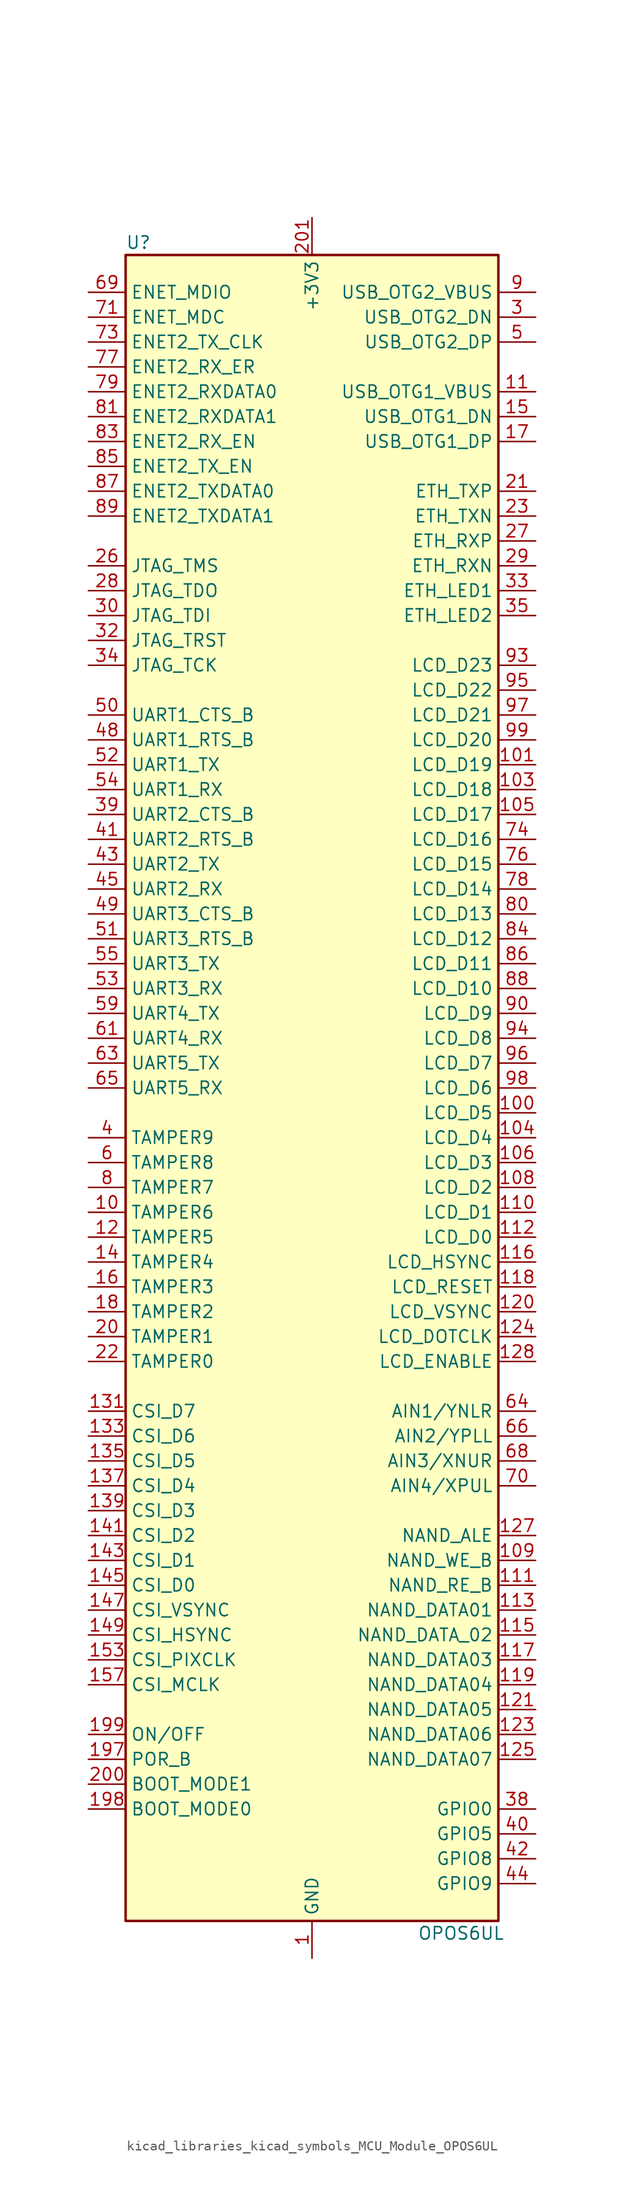
<source format=kicad_sym>
(kicad_symbol_lib
  (version 20220914)
  (generator kicad_symbol_editor)
  (symbol "kicad_libraries_kicad_symbols_MCU_Module_OPOS6UL"
    (property "Reference" "U"
      (at -19.05 86.36 0)
      (effects (font (size 1.27 1.27)) (justify left)))
    (property "Value" "OPOS6UL"
      (at 15.24 -86.36 0)
      (effects (font (size 1.27 1.27))))
    (symbol "kicad_libraries_kicad_symbols_MCU_Module_OPOS6UL_1_1"
      (rectangle (start -19.05 85.09) (end 19.05 -85.09) (stroke (width 0.254) (type default)) (fill (type background)))
      (pin power_in line (at 0 -88.9 90) (length 3.81) (name "GND" (effects (font (size 1.27 1.27)))) (number "1" (effects (font (size 1.27 1.27)))))
      (pin bidirectional line (at -22.86 -12.7 0) (length 3.81) (name "TAMPER6" (effects (font (size 1.27 1.27)))) (number "10" (effects (font (size 1.27 1.27)))))
      (pin bidirectional line (at 22.86 -2.54 180) (length 3.81) (name "LCD_D5" (effects (font (size 1.27 1.27)))) (number "100" (effects (font (size 1.27 1.27)))))
      (pin bidirectional line (at 22.86 33.02 180) (length 3.81) (name "LCD_D19" (effects (font (size 1.27 1.27)))) (number "101" (effects (font (size 1.27 1.27)))))
      (pin passive line (at 0 -88.9 90) (length 3.81) hide (name "GND" (effects (font (size 1.27 1.27)))) (number "102" (effects (font (size 1.27 1.27)))))
      (pin bidirectional line (at 22.86 30.48 180) (length 3.81) (name "LCD_D18" (effects (font (size 1.27 1.27)))) (number "103" (effects (font (size 1.27 1.27)))))
      (pin bidirectional line (at 22.86 -5.08 180) (length 3.81) (name "LCD_D4" (effects (font (size 1.27 1.27)))) (number "104" (effects (font (size 1.27 1.27)))))
      (pin bidirectional line (at 22.86 27.94 180) (length 3.81) (name "LCD_D17" (effects (font (size 1.27 1.27)))) (number "105" (effects (font (size 1.27 1.27)))))
      (pin bidirectional line (at 22.86 -7.62 180) (length 3.81) (name "LCD_D3" (effects (font (size 1.27 1.27)))) (number "106" (effects (font (size 1.27 1.27)))))
      (pin passive line (at 0 -88.9 90) (length 3.81) hide (name "GND" (effects (font (size 1.27 1.27)))) (number "107" (effects (font (size 1.27 1.27)))))
      (pin bidirectional line (at 22.86 -10.16 180) (length 3.81) (name "LCD_D2" (effects (font (size 1.27 1.27)))) (number "108" (effects (font (size 1.27 1.27)))))
      (pin bidirectional line (at 22.86 -48.26 180) (length 3.81) (name "NAND_WE_B" (effects (font (size 1.27 1.27)))) (number "109" (effects (font (size 1.27 1.27)))))
      (pin power_in line (at 22.86 71.12 180) (length 3.81) (name "USB_OTG1_VBUS" (effects (font (size 1.27 1.27)))) (number "11" (effects (font (size 1.27 1.27)))))
      (pin bidirectional line (at 22.86 -12.7 180) (length 3.81) (name "LCD_D1" (effects (font (size 1.27 1.27)))) (number "110" (effects (font (size 1.27 1.27)))))
      (pin bidirectional line (at 22.86 -50.8 180) (length 3.81) (name "NAND_RE_B" (effects (font (size 1.27 1.27)))) (number "111" (effects (font (size 1.27 1.27)))))
      (pin bidirectional line (at 22.86 -15.24 180) (length 3.81) (name "LCD_D0" (effects (font (size 1.27 1.27)))) (number "112" (effects (font (size 1.27 1.27)))))
      (pin bidirectional line (at 22.86 -53.34 180) (length 3.81) (name "NAND_DATA01" (effects (font (size 1.27 1.27)))) (number "113" (effects (font (size 1.27 1.27)))))
      (pin passive line (at 0 -88.9 90) (length 3.81) hide (name "GND" (effects (font (size 1.27 1.27)))) (number "114" (effects (font (size 1.27 1.27)))))
      (pin bidirectional line (at 22.86 -55.88 180) (length 3.81) (name "NAND_DATA_02" (effects (font (size 1.27 1.27)))) (number "115" (effects (font (size 1.27 1.27)))))
      (pin bidirectional line (at 22.86 -17.78 180) (length 3.81) (name "LCD_HSYNC" (effects (font (size 1.27 1.27)))) (number "116" (effects (font (size 1.27 1.27)))))
      (pin bidirectional line (at 22.86 -58.42 180) (length 3.81) (name "NAND_DATA03" (effects (font (size 1.27 1.27)))) (number "117" (effects (font (size 1.27 1.27)))))
      (pin bidirectional line (at 22.86 -20.32 180) (length 3.81) (name "LCD_RESET" (effects (font (size 1.27 1.27)))) (number "118" (effects (font (size 1.27 1.27)))))
      (pin bidirectional line (at 22.86 -60.96 180) (length 3.81) (name "NAND_DATA04" (effects (font (size 1.27 1.27)))) (number "119" (effects (font (size 1.27 1.27)))))
      (pin bidirectional line (at -22.86 -15.24 0) (length 3.81) (name "TAMPER5" (effects (font (size 1.27 1.27)))) (number "12" (effects (font (size 1.27 1.27)))))
      (pin bidirectional line (at 22.86 -22.86 180) (length 3.81) (name "LCD_VSYNC" (effects (font (size 1.27 1.27)))) (number "120" (effects (font (size 1.27 1.27)))))
      (pin bidirectional line (at 22.86 -63.5 180) (length 3.81) (name "NAND_DATA05" (effects (font (size 1.27 1.27)))) (number "121" (effects (font (size 1.27 1.27)))))
      (pin passive line (at 0 -88.9 90) (length 3.81) hide (name "GND" (effects (font (size 1.27 1.27)))) (number "122" (effects (font (size 1.27 1.27)))))
      (pin bidirectional line (at 22.86 -66.04 180) (length 3.81) (name "NAND_DATA06" (effects (font (size 1.27 1.27)))) (number "123" (effects (font (size 1.27 1.27)))))
      (pin bidirectional line (at 22.86 -25.4 180) (length 3.81) (name "LCD_DOTCLK" (effects (font (size 1.27 1.27)))) (number "124" (effects (font (size 1.27 1.27)))))
      (pin bidirectional line (at 22.86 -68.58 180) (length 3.81) (name "NAND_DATA07" (effects (font (size 1.27 1.27)))) (number "125" (effects (font (size 1.27 1.27)))))
      (pin passive line (at 0 -88.9 90) (length 3.81) hide (name "GND" (effects (font (size 1.27 1.27)))) (number "126" (effects (font (size 1.27 1.27)))))
      (pin bidirectional line (at 22.86 -45.72 180) (length 3.81) (name "NAND_ALE" (effects (font (size 1.27 1.27)))) (number "127" (effects (font (size 1.27 1.27)))))
      (pin bidirectional line (at 22.86 -27.94 180) (length 3.81) (name "LCD_ENABLE" (effects (font (size 1.27 1.27)))) (number "128" (effects (font (size 1.27 1.27)))))
      (pin passive line (at 0 -88.9 90) (length 3.81) hide (name "GND" (effects (font (size 1.27 1.27)))) (number "129" (effects (font (size 1.27 1.27)))))
      (pin passive line (at 0 -88.9 90) (length 3.81) hide (name "GND" (effects (font (size 1.27 1.27)))) (number "13" (effects (font (size 1.27 1.27)))))
      (pin no_connect line (at 0 17.78 0) (length 3.81) hide (name "NC" (effects (font (size 1.27 1.27)))) (number "130" (effects (font (size 1.27 1.27)))))
      (pin bidirectional line (at -22.86 -33.02 0) (length 3.81) (name "CSI_D7" (effects (font (size 1.27 1.27)))) (number "131" (effects (font (size 1.27 1.27)))))
      (pin no_connect line (at 0 15.24 0) (length 3.81) hide (name "NC" (effects (font (size 1.27 1.27)))) (number "132" (effects (font (size 1.27 1.27)))))
      (pin bidirectional line (at -22.86 -35.56 0) (length 3.81) (name "CSI_D6" (effects (font (size 1.27 1.27)))) (number "133" (effects (font (size 1.27 1.27)))))
      (pin no_connect line (at 0 12.7 0) (length 3.81) hide (name "NC" (effects (font (size 1.27 1.27)))) (number "134" (effects (font (size 1.27 1.27)))))
      (pin bidirectional line (at -22.86 -38.1 0) (length 3.81) (name "CSI_D5" (effects (font (size 1.27 1.27)))) (number "135" (effects (font (size 1.27 1.27)))))
      (pin no_connect line (at 0 10.16 0) (length 3.81) hide (name "NC" (effects (font (size 1.27 1.27)))) (number "136" (effects (font (size 1.27 1.27)))))
      (pin bidirectional line (at -22.86 -40.64 0) (length 3.81) (name "CSI_D4" (effects (font (size 1.27 1.27)))) (number "137" (effects (font (size 1.27 1.27)))))
      (pin no_connect line (at 0 7.62 0) (length 3.81) hide (name "NC" (effects (font (size 1.27 1.27)))) (number "138" (effects (font (size 1.27 1.27)))))
      (pin bidirectional line (at -22.86 -43.18 0) (length 3.81) (name "CSI_D3" (effects (font (size 1.27 1.27)))) (number "139" (effects (font (size 1.27 1.27)))))
      (pin bidirectional line (at -22.86 -17.78 0) (length 3.81) (name "TAMPER4" (effects (font (size 1.27 1.27)))) (number "14" (effects (font (size 1.27 1.27)))))
      (pin no_connect line (at 0 5.08 0) (length 3.81) hide (name "NC" (effects (font (size 1.27 1.27)))) (number "140" (effects (font (size 1.27 1.27)))))
      (pin bidirectional line (at -22.86 -45.72 0) (length 3.81) (name "CSI_D2" (effects (font (size 1.27 1.27)))) (number "141" (effects (font (size 1.27 1.27)))))
      (pin no_connect line (at 0 2.54 0) (length 3.81) hide (name "NC" (effects (font (size 1.27 1.27)))) (number "142" (effects (font (size 1.27 1.27)))))
      (pin bidirectional line (at -22.86 -48.26 0) (length 3.81) (name "CSI_D1" (effects (font (size 1.27 1.27)))) (number "143" (effects (font (size 1.27 1.27)))))
      (pin no_connect line (at 0 0 0) (length 3.81) hide (name "NC" (effects (font (size 1.27 1.27)))) (number "144" (effects (font (size 1.27 1.27)))))
      (pin bidirectional line (at -22.86 -50.8 0) (length 3.81) (name "CSI_D0" (effects (font (size 1.27 1.27)))) (number "145" (effects (font (size 1.27 1.27)))))
      (pin no_connect line (at 0 -2.54 0) (length 3.81) hide (name "NC" (effects (font (size 1.27 1.27)))) (number "146" (effects (font (size 1.27 1.27)))))
      (pin bidirectional line (at -22.86 -53.34 0) (length 3.81) (name "CSI_VSYNC" (effects (font (size 1.27 1.27)))) (number "147" (effects (font (size 1.27 1.27)))))
      (pin no_connect line (at 0 -5.08 0) (length 3.81) hide (name "NC" (effects (font (size 1.27 1.27)))) (number "148" (effects (font (size 1.27 1.27)))))
      (pin bidirectional line (at -22.86 -55.88 0) (length 3.81) (name "CSI_HSYNC" (effects (font (size 1.27 1.27)))) (number "149" (effects (font (size 1.27 1.27)))))
      (pin bidirectional line (at 22.86 68.58 180) (length 3.81) (name "USB_OTG1_DN" (effects (font (size 1.27 1.27)))) (number "15" (effects (font (size 1.27 1.27)))))
      (pin no_connect line (at 0 -7.62 0) (length 3.81) hide (name "NC" (effects (font (size 1.27 1.27)))) (number "150" (effects (font (size 1.27 1.27)))))
      (pin passive line (at 0 -88.9 90) (length 3.81) hide (name "GND" (effects (font (size 1.27 1.27)))) (number "151" (effects (font (size 1.27 1.27)))))
      (pin no_connect line (at 0 -10.16 0) (length 3.81) hide (name "NC" (effects (font (size 1.27 1.27)))) (number "152" (effects (font (size 1.27 1.27)))))
      (pin bidirectional line (at -22.86 -58.42 0) (length 3.81) (name "CSI_PIXCLK" (effects (font (size 1.27 1.27)))) (number "153" (effects (font (size 1.27 1.27)))))
      (pin no_connect line (at 0 -12.7 0) (length 3.81) hide (name "NC" (effects (font (size 1.27 1.27)))) (number "154" (effects (font (size 1.27 1.27)))))
      (pin passive line (at 0 -88.9 90) (length 3.81) hide (name "GND" (effects (font (size 1.27 1.27)))) (number "155" (effects (font (size 1.27 1.27)))))
      (pin no_connect line (at 0 -15.24 0) (length 3.81) hide (name "NC" (effects (font (size 1.27 1.27)))) (number "156" (effects (font (size 1.27 1.27)))))
      (pin bidirectional line (at -22.86 -60.96 0) (length 3.81) (name "CSI_MCLK" (effects (font (size 1.27 1.27)))) (number "157" (effects (font (size 1.27 1.27)))))
      (pin no_connect line (at 0 -17.78 0) (length 3.81) hide (name "NC" (effects (font (size 1.27 1.27)))) (number "158" (effects (font (size 1.27 1.27)))))
      (pin passive line (at 0 -88.9 90) (length 3.81) hide (name "GND" (effects (font (size 1.27 1.27)))) (number "159" (effects (font (size 1.27 1.27)))))
      (pin bidirectional line (at -22.86 -20.32 0) (length 3.81) (name "TAMPER3" (effects (font (size 1.27 1.27)))) (number "16" (effects (font (size 1.27 1.27)))))
      (pin no_connect line (at 0 -20.32 0) (length 3.81) hide (name "NC" (effects (font (size 1.27 1.27)))) (number "160" (effects (font (size 1.27 1.27)))))
      (pin no_connect line (at 0 68.58 0) (length 3.81) hide (name "NC" (effects (font (size 1.27 1.27)))) (number "161" (effects (font (size 1.27 1.27)))))
      (pin no_connect line (at 0 -22.86 0) (length 3.81) hide (name "NC" (effects (font (size 1.27 1.27)))) (number "162" (effects (font (size 1.27 1.27)))))
      (pin no_connect line (at 0 66.04 0) (length 3.81) hide (name "NC" (effects (font (size 1.27 1.27)))) (number "163" (effects (font (size 1.27 1.27)))))
      (pin no_connect line (at 0 -25.4 0) (length 3.81) hide (name "NC" (effects (font (size 1.27 1.27)))) (number "164" (effects (font (size 1.27 1.27)))))
      (pin no_connect line (at 0 63.5 0) (length 3.81) hide (name "NC" (effects (font (size 1.27 1.27)))) (number "165" (effects (font (size 1.27 1.27)))))
      (pin no_connect line (at 0 -27.94 0) (length 3.81) hide (name "NC" (effects (font (size 1.27 1.27)))) (number "166" (effects (font (size 1.27 1.27)))))
      (pin no_connect line (at 0 60.96 0) (length 3.81) hide (name "NC" (effects (font (size 1.27 1.27)))) (number "167" (effects (font (size 1.27 1.27)))))
      (pin no_connect line (at 0 -30.48 0) (length 3.81) hide (name "NC" (effects (font (size 1.27 1.27)))) (number "168" (effects (font (size 1.27 1.27)))))
      (pin no_connect line (at 0 58.42 0) (length 3.81) hide (name "NC" (effects (font (size 1.27 1.27)))) (number "169" (effects (font (size 1.27 1.27)))))
      (pin bidirectional line (at 22.86 66.04 180) (length 3.81) (name "USB_OTG1_DP" (effects (font (size 1.27 1.27)))) (number "17" (effects (font (size 1.27 1.27)))))
      (pin no_connect line (at 0 -33.02 0) (length 3.81) hide (name "NC" (effects (font (size 1.27 1.27)))) (number "170" (effects (font (size 1.27 1.27)))))
      (pin no_connect line (at 0 55.88 0) (length 3.81) hide (name "NC" (effects (font (size 1.27 1.27)))) (number "171" (effects (font (size 1.27 1.27)))))
      (pin no_connect line (at 0 -35.56 0) (length 3.81) hide (name "NC" (effects (font (size 1.27 1.27)))) (number "172" (effects (font (size 1.27 1.27)))))
      (pin no_connect line (at 0 53.34 0) (length 3.81) hide (name "NC" (effects (font (size 1.27 1.27)))) (number "173" (effects (font (size 1.27 1.27)))))
      (pin no_connect line (at 0 -38.1 0) (length 3.81) hide (name "NC" (effects (font (size 1.27 1.27)))) (number "174" (effects (font (size 1.27 1.27)))))
      (pin no_connect line (at 0 50.8 0) (length 3.81) hide (name "NC" (effects (font (size 1.27 1.27)))) (number "175" (effects (font (size 1.27 1.27)))))
      (pin no_connect line (at 0 -40.64 0) (length 3.81) hide (name "NC" (effects (font (size 1.27 1.27)))) (number "176" (effects (font (size 1.27 1.27)))))
      (pin no_connect line (at 0 48.26 0) (length 3.81) hide (name "NC" (effects (font (size 1.27 1.27)))) (number "177" (effects (font (size 1.27 1.27)))))
      (pin no_connect line (at 0 -43.18 0) (length 3.81) hide (name "NC" (effects (font (size 1.27 1.27)))) (number "178" (effects (font (size 1.27 1.27)))))
      (pin no_connect line (at 0 45.72 0) (length 3.81) hide (name "NC" (effects (font (size 1.27 1.27)))) (number "179" (effects (font (size 1.27 1.27)))))
      (pin bidirectional line (at -22.86 -22.86 0) (length 3.81) (name "TAMPER2" (effects (font (size 1.27 1.27)))) (number "18" (effects (font (size 1.27 1.27)))))
      (pin no_connect line (at 0 -45.72 0) (length 3.81) hide (name "NC" (effects (font (size 1.27 1.27)))) (number "180" (effects (font (size 1.27 1.27)))))
      (pin no_connect line (at 0 43.18 0) (length 3.81) hide (name "NC" (effects (font (size 1.27 1.27)))) (number "181" (effects (font (size 1.27 1.27)))))
      (pin no_connect line (at 0 -48.26 0) (length 3.81) hide (name "NC" (effects (font (size 1.27 1.27)))) (number "182" (effects (font (size 1.27 1.27)))))
      (pin no_connect line (at 0 40.64 0) (length 3.81) hide (name "NC" (effects (font (size 1.27 1.27)))) (number "183" (effects (font (size 1.27 1.27)))))
      (pin no_connect line (at 0 -50.8 0) (length 3.81) hide (name "NC" (effects (font (size 1.27 1.27)))) (number "184" (effects (font (size 1.27 1.27)))))
      (pin no_connect line (at 0 38.1 0) (length 3.81) hide (name "NC" (effects (font (size 1.27 1.27)))) (number "185" (effects (font (size 1.27 1.27)))))
      (pin no_connect line (at 0 -53.34 0) (length 3.81) hide (name "NC" (effects (font (size 1.27 1.27)))) (number "186" (effects (font (size 1.27 1.27)))))
      (pin no_connect line (at 0 35.56 0) (length 3.81) hide (name "NC" (effects (font (size 1.27 1.27)))) (number "187" (effects (font (size 1.27 1.27)))))
      (pin no_connect line (at 0 -55.88 0) (length 3.81) hide (name "NC" (effects (font (size 1.27 1.27)))) (number "188" (effects (font (size 1.27 1.27)))))
      (pin no_connect line (at 0 33.02 0) (length 3.81) hide (name "NC" (effects (font (size 1.27 1.27)))) (number "189" (effects (font (size 1.27 1.27)))))
      (pin passive line (at 0 -88.9 90) (length 3.81) hide (name "GND" (effects (font (size 1.27 1.27)))) (number "19" (effects (font (size 1.27 1.27)))))
      (pin no_connect line (at 0 -58.42 0) (length 3.81) hide (name "NC" (effects (font (size 1.27 1.27)))) (number "190" (effects (font (size 1.27 1.27)))))
      (pin no_connect line (at 0 30.48 0) (length 3.81) hide (name "NC" (effects (font (size 1.27 1.27)))) (number "191" (effects (font (size 1.27 1.27)))))
      (pin no_connect line (at 0 -60.96 0) (length 3.81) hide (name "NC" (effects (font (size 1.27 1.27)))) (number "192" (effects (font (size 1.27 1.27)))))
      (pin no_connect line (at 0 27.94 0) (length 3.81) hide (name "NC" (effects (font (size 1.27 1.27)))) (number "193" (effects (font (size 1.27 1.27)))))
      (pin no_connect line (at 0 -63.5 0) (length 3.81) hide (name "NC" (effects (font (size 1.27 1.27)))) (number "194" (effects (font (size 1.27 1.27)))))
      (pin no_connect line (at 0 25.4 0) (length 3.81) hide (name "NC" (effects (font (size 1.27 1.27)))) (number "195" (effects (font (size 1.27 1.27)))))
      (pin no_connect line (at 0 -66.04 0) (length 3.81) hide (name "NC" (effects (font (size 1.27 1.27)))) (number "196" (effects (font (size 1.27 1.27)))))
      (pin input line (at -22.86 -68.58 0) (length 3.81) (name "POR_B" (effects (font (size 1.27 1.27)))) (number "197" (effects (font (size 1.27 1.27)))))
      (pin input line (at -22.86 -73.66 0) (length 3.81) (name "BOOT_MODE0" (effects (font (size 1.27 1.27)))) (number "198" (effects (font (size 1.27 1.27)))))
      (pin input line (at -22.86 -66.04 0) (length 3.81) (name "ON/OFF" (effects (font (size 1.27 1.27)))) (number "199" (effects (font (size 1.27 1.27)))))
      (pin passive line (at 0 -88.9 90) (length 3.81) hide (name "GND" (effects (font (size 1.27 1.27)))) (number "2" (effects (font (size 1.27 1.27)))))
      (pin bidirectional line (at -22.86 -25.4 0) (length 3.81) (name "TAMPER1" (effects (font (size 1.27 1.27)))) (number "20" (effects (font (size 1.27 1.27)))))
      (pin input line (at -22.86 -71.12 0) (length 3.81) (name "BOOT_MODE1" (effects (font (size 1.27 1.27)))) (number "200" (effects (font (size 1.27 1.27)))))
      (pin power_in line (at 0 88.9 270) (length 3.81) (name "+3V3" (effects (font (size 1.27 1.27)))) (number "201" (effects (font (size 1.27 1.27)))))
      (pin passive line (at 0 88.9 270) (length 3.81) hide (name "+3V3" (effects (font (size 1.27 1.27)))) (number "202" (effects (font (size 1.27 1.27)))))
      (pin passive line (at 0 88.9 270) (length 3.81) hide (name "+3V3" (effects (font (size 1.27 1.27)))) (number "203" (effects (font (size 1.27 1.27)))))
      (pin passive line (at 0 88.9 270) (length 3.81) hide (name "+3V3" (effects (font (size 1.27 1.27)))) (number "204" (effects (font (size 1.27 1.27)))))
      (pin bidirectional line (at 22.86 60.96 180) (length 3.81) (name "ETH_TXP" (effects (font (size 1.27 1.27)))) (number "21" (effects (font (size 1.27 1.27)))))
      (pin bidirectional line (at -22.86 -27.94 0) (length 3.81) (name "TAMPER0" (effects (font (size 1.27 1.27)))) (number "22" (effects (font (size 1.27 1.27)))))
      (pin bidirectional line (at 22.86 58.42 180) (length 3.81) (name "ETH_TXN" (effects (font (size 1.27 1.27)))) (number "23" (effects (font (size 1.27 1.27)))))
      (pin passive line (at 0 -88.9 90) (length 3.81) hide (name "GND" (effects (font (size 1.27 1.27)))) (number "24" (effects (font (size 1.27 1.27)))))
      (pin passive line (at 0 -88.9 90) (length 3.81) hide (name "GND" (effects (font (size 1.27 1.27)))) (number "25" (effects (font (size 1.27 1.27)))))
      (pin bidirectional line (at -22.86 53.34 0) (length 3.81) (name "JTAG_TMS" (effects (font (size 1.27 1.27)))) (number "26" (effects (font (size 1.27 1.27)))))
      (pin bidirectional line (at 22.86 55.88 180) (length 3.81) (name "ETH_RXP" (effects (font (size 1.27 1.27)))) (number "27" (effects (font (size 1.27 1.27)))))
      (pin bidirectional line (at -22.86 50.8 0) (length 3.81) (name "JTAG_TDO" (effects (font (size 1.27 1.27)))) (number "28" (effects (font (size 1.27 1.27)))))
      (pin bidirectional line (at 22.86 53.34 180) (length 3.81) (name "ETH_RXN" (effects (font (size 1.27 1.27)))) (number "29" (effects (font (size 1.27 1.27)))))
      (pin bidirectional line (at 22.86 78.74 180) (length 3.81) (name "USB_OTG2_DN" (effects (font (size 1.27 1.27)))) (number "3" (effects (font (size 1.27 1.27)))))
      (pin bidirectional line (at -22.86 48.26 0) (length 3.81) (name "JTAG_TDI" (effects (font (size 1.27 1.27)))) (number "30" (effects (font (size 1.27 1.27)))))
      (pin passive line (at 0 -88.9 90) (length 3.81) hide (name "GND" (effects (font (size 1.27 1.27)))) (number "31" (effects (font (size 1.27 1.27)))))
      (pin bidirectional line (at -22.86 45.72 0) (length 3.81) (name "JTAG_TRST" (effects (font (size 1.27 1.27)))) (number "32" (effects (font (size 1.27 1.27)))))
      (pin output line (at 22.86 50.8 180) (length 3.81) (name "ETH_LED1" (effects (font (size 1.27 1.27)))) (number "33" (effects (font (size 1.27 1.27)))))
      (pin bidirectional line (at -22.86 43.18 0) (length 3.81) (name "JTAG_TCK" (effects (font (size 1.27 1.27)))) (number "34" (effects (font (size 1.27 1.27)))))
      (pin output line (at 22.86 48.26 180) (length 3.81) (name "ETH_LED2" (effects (font (size 1.27 1.27)))) (number "35" (effects (font (size 1.27 1.27)))))
      (pin passive line (at 0 -88.9 90) (length 3.81) hide (name "GND" (effects (font (size 1.27 1.27)))) (number "36" (effects (font (size 1.27 1.27)))))
      (pin passive line (at 0 -88.9 90) (length 3.81) hide (name "GND" (effects (font (size 1.27 1.27)))) (number "37" (effects (font (size 1.27 1.27)))))
      (pin bidirectional line (at 22.86 -73.66 180) (length 3.81) (name "GPIO0" (effects (font (size 1.27 1.27)))) (number "38" (effects (font (size 1.27 1.27)))))
      (pin bidirectional line (at -22.86 27.94 0) (length 3.81) (name "UART2_CTS_B" (effects (font (size 1.27 1.27)))) (number "39" (effects (font (size 1.27 1.27)))))
      (pin bidirectional line (at -22.86 -5.08 0) (length 3.81) (name "TAMPER9" (effects (font (size 1.27 1.27)))) (number "4" (effects (font (size 1.27 1.27)))))
      (pin bidirectional line (at 22.86 -76.2 180) (length 3.81) (name "GPIO5" (effects (font (size 1.27 1.27)))) (number "40" (effects (font (size 1.27 1.27)))))
      (pin bidirectional line (at -22.86 25.4 0) (length 3.81) (name "UART2_RTS_B" (effects (font (size 1.27 1.27)))) (number "41" (effects (font (size 1.27 1.27)))))
      (pin bidirectional line (at 22.86 -78.74 180) (length 3.81) (name "GPIO8" (effects (font (size 1.27 1.27)))) (number "42" (effects (font (size 1.27 1.27)))))
      (pin bidirectional line (at -22.86 22.86 0) (length 3.81) (name "UART2_TX" (effects (font (size 1.27 1.27)))) (number "43" (effects (font (size 1.27 1.27)))))
      (pin bidirectional line (at 22.86 -81.28 180) (length 3.81) (name "GPIO9" (effects (font (size 1.27 1.27)))) (number "44" (effects (font (size 1.27 1.27)))))
      (pin bidirectional line (at -22.86 20.32 0) (length 3.81) (name "UART2_RX" (effects (font (size 1.27 1.27)))) (number "45" (effects (font (size 1.27 1.27)))))
      (pin passive line (at 0 -88.9 90) (length 3.81) hide (name "GND" (effects (font (size 1.27 1.27)))) (number "46" (effects (font (size 1.27 1.27)))))
      (pin passive line (at 0 -88.9 90) (length 3.81) hide (name "GND" (effects (font (size 1.27 1.27)))) (number "47" (effects (font (size 1.27 1.27)))))
      (pin bidirectional line (at -22.86 35.56 0) (length 3.81) (name "UART1_RTS_B" (effects (font (size 1.27 1.27)))) (number "48" (effects (font (size 1.27 1.27)))))
      (pin bidirectional line (at -22.86 17.78 0) (length 3.81) (name "UART3_CTS_B" (effects (font (size 1.27 1.27)))) (number "49" (effects (font (size 1.27 1.27)))))
      (pin bidirectional line (at 22.86 76.2 180) (length 3.81) (name "USB_OTG2_DP" (effects (font (size 1.27 1.27)))) (number "5" (effects (font (size 1.27 1.27)))))
      (pin bidirectional line (at -22.86 38.1 0) (length 3.81) (name "UART1_CTS_B" (effects (font (size 1.27 1.27)))) (number "50" (effects (font (size 1.27 1.27)))))
      (pin bidirectional line (at -22.86 15.24 0) (length 3.81) (name "UART3_RTS_B" (effects (font (size 1.27 1.27)))) (number "51" (effects (font (size 1.27 1.27)))))
      (pin bidirectional line (at -22.86 33.02 0) (length 3.81) (name "UART1_TX" (effects (font (size 1.27 1.27)))) (number "52" (effects (font (size 1.27 1.27)))))
      (pin bidirectional line (at -22.86 10.16 0) (length 3.81) (name "UART3_RX" (effects (font (size 1.27 1.27)))) (number "53" (effects (font (size 1.27 1.27)))))
      (pin bidirectional line (at -22.86 30.48 0) (length 3.81) (name "UART1_RX" (effects (font (size 1.27 1.27)))) (number "54" (effects (font (size 1.27 1.27)))))
      (pin bidirectional line (at -22.86 12.7 0) (length 3.81) (name "UART3_TX" (effects (font (size 1.27 1.27)))) (number "55" (effects (font (size 1.27 1.27)))))
      (pin passive line (at 0 -88.9 90) (length 3.81) hide (name "GND" (effects (font (size 1.27 1.27)))) (number "56" (effects (font (size 1.27 1.27)))))
      (pin passive line (at 0 -88.9 90) (length 3.81) hide (name "GND" (effects (font (size 1.27 1.27)))) (number "57" (effects (font (size 1.27 1.27)))))
      (pin no_connect line (at 0 22.86 0) (length 3.81) hide (name "NC" (effects (font (size 1.27 1.27)))) (number "58" (effects (font (size 1.27 1.27)))))
      (pin bidirectional line (at -22.86 7.62 0) (length 3.81) (name "UART4_TX" (effects (font (size 1.27 1.27)))) (number "59" (effects (font (size 1.27 1.27)))))
      (pin bidirectional line (at -22.86 -7.62 0) (length 3.81) (name "TAMPER8" (effects (font (size 1.27 1.27)))) (number "6" (effects (font (size 1.27 1.27)))))
      (pin no_connect line (at 0 20.32 0) (length 3.81) hide (name "NC" (effects (font (size 1.27 1.27)))) (number "60" (effects (font (size 1.27 1.27)))))
      (pin bidirectional line (at -22.86 5.08 0) (length 3.81) (name "UART4_RX" (effects (font (size 1.27 1.27)))) (number "61" (effects (font (size 1.27 1.27)))))
      (pin passive line (at 0 -88.9 90) (length 3.81) hide (name "GND" (effects (font (size 1.27 1.27)))) (number "62" (effects (font (size 1.27 1.27)))))
      (pin bidirectional line (at -22.86 2.54 0) (length 3.81) (name "UART5_TX" (effects (font (size 1.27 1.27)))) (number "63" (effects (font (size 1.27 1.27)))))
      (pin bidirectional line (at 22.86 -33.02 180) (length 3.81) (name "AIN1/YNLR" (effects (font (size 1.27 1.27)))) (number "64" (effects (font (size 1.27 1.27)))))
      (pin bidirectional line (at -22.86 0 0) (length 3.81) (name "UART5_RX" (effects (font (size 1.27 1.27)))) (number "65" (effects (font (size 1.27 1.27)))))
      (pin bidirectional line (at 22.86 -35.56 180) (length 3.81) (name "AIN2/YPLL" (effects (font (size 1.27 1.27)))) (number "66" (effects (font (size 1.27 1.27)))))
      (pin passive line (at 0 -88.9 90) (length 3.81) hide (name "GND" (effects (font (size 1.27 1.27)))) (number "67" (effects (font (size 1.27 1.27)))))
      (pin bidirectional line (at 22.86 -38.1 180) (length 3.81) (name "AIN3/XNUR" (effects (font (size 1.27 1.27)))) (number "68" (effects (font (size 1.27 1.27)))))
      (pin bidirectional line (at -22.86 81.28 0) (length 3.81) (name "ENET_MDIO" (effects (font (size 1.27 1.27)))) (number "69" (effects (font (size 1.27 1.27)))))
      (pin passive line (at 0 -88.9 90) (length 3.81) hide (name "GND" (effects (font (size 1.27 1.27)))) (number "7" (effects (font (size 1.27 1.27)))))
      (pin bidirectional line (at 22.86 -40.64 180) (length 3.81) (name "AIN4/XPUL" (effects (font (size 1.27 1.27)))) (number "70" (effects (font (size 1.27 1.27)))))
      (pin bidirectional line (at -22.86 78.74 0) (length 3.81) (name "ENET_MDC" (effects (font (size 1.27 1.27)))) (number "71" (effects (font (size 1.27 1.27)))))
      (pin passive line (at 0 -88.9 90) (length 3.81) hide (name "GND" (effects (font (size 1.27 1.27)))) (number "72" (effects (font (size 1.27 1.27)))))
      (pin bidirectional line (at -22.86 76.2 0) (length 3.81) (name "ENET2_TX_CLK" (effects (font (size 1.27 1.27)))) (number "73" (effects (font (size 1.27 1.27)))))
      (pin bidirectional line (at 22.86 25.4 180) (length 3.81) (name "LCD_D16" (effects (font (size 1.27 1.27)))) (number "74" (effects (font (size 1.27 1.27)))))
      (pin passive line (at 0 -88.9 90) (length 3.81) hide (name "GND" (effects (font (size 1.27 1.27)))) (number "75" (effects (font (size 1.27 1.27)))))
      (pin bidirectional line (at 22.86 22.86 180) (length 3.81) (name "LCD_D15" (effects (font (size 1.27 1.27)))) (number "76" (effects (font (size 1.27 1.27)))))
      (pin bidirectional line (at -22.86 73.66 0) (length 3.81) (name "ENET2_RX_ER" (effects (font (size 1.27 1.27)))) (number "77" (effects (font (size 1.27 1.27)))))
      (pin bidirectional line (at 22.86 20.32 180) (length 3.81) (name "LCD_D14" (effects (font (size 1.27 1.27)))) (number "78" (effects (font (size 1.27 1.27)))))
      (pin bidirectional line (at -22.86 71.12 0) (length 3.81) (name "ENET2_RXDATA0" (effects (font (size 1.27 1.27)))) (number "79" (effects (font (size 1.27 1.27)))))
      (pin bidirectional line (at -22.86 -10.16 0) (length 3.81) (name "TAMPER7" (effects (font (size 1.27 1.27)))) (number "8" (effects (font (size 1.27 1.27)))))
      (pin bidirectional line (at 22.86 17.78 180) (length 3.81) (name "LCD_D13" (effects (font (size 1.27 1.27)))) (number "80" (effects (font (size 1.27 1.27)))))
      (pin bidirectional line (at -22.86 68.58 0) (length 3.81) (name "ENET2_RXDATA1" (effects (font (size 1.27 1.27)))) (number "81" (effects (font (size 1.27 1.27)))))
      (pin passive line (at 0 -88.9 90) (length 3.81) hide (name "GND" (effects (font (size 1.27 1.27)))) (number "82" (effects (font (size 1.27 1.27)))))
      (pin bidirectional line (at -22.86 66.04 0) (length 3.81) (name "ENET2_RX_EN" (effects (font (size 1.27 1.27)))) (number "83" (effects (font (size 1.27 1.27)))))
      (pin bidirectional line (at 22.86 15.24 180) (length 3.81) (name "LCD_D12" (effects (font (size 1.27 1.27)))) (number "84" (effects (font (size 1.27 1.27)))))
      (pin bidirectional line (at -22.86 63.5 0) (length 3.81) (name "ENET2_TX_EN" (effects (font (size 1.27 1.27)))) (number "85" (effects (font (size 1.27 1.27)))))
      (pin bidirectional line (at 22.86 12.7 180) (length 3.81) (name "LCD_D11" (effects (font (size 1.27 1.27)))) (number "86" (effects (font (size 1.27 1.27)))))
      (pin bidirectional line (at -22.86 60.96 0) (length 3.81) (name "ENET2_TXDATA0" (effects (font (size 1.27 1.27)))) (number "87" (effects (font (size 1.27 1.27)))))
      (pin bidirectional line (at 22.86 10.16 180) (length 3.81) (name "LCD_D10" (effects (font (size 1.27 1.27)))) (number "88" (effects (font (size 1.27 1.27)))))
      (pin bidirectional line (at -22.86 58.42 0) (length 3.81) (name "ENET2_TXDATA1" (effects (font (size 1.27 1.27)))) (number "89" (effects (font (size 1.27 1.27)))))
      (pin power_in line (at 22.86 81.28 180) (length 3.81) (name "USB_OTG2_VBUS" (effects (font (size 1.27 1.27)))) (number "9" (effects (font (size 1.27 1.27)))))
      (pin bidirectional line (at 22.86 7.62 180) (length 3.81) (name "LCD_D9" (effects (font (size 1.27 1.27)))) (number "90" (effects (font (size 1.27 1.27)))))
      (pin passive line (at 0 -88.9 90) (length 3.81) hide (name "GND" (effects (font (size 1.27 1.27)))) (number "91" (effects (font (size 1.27 1.27)))))
      (pin passive line (at 0 -88.9 90) (length 3.81) hide (name "GND" (effects (font (size 1.27 1.27)))) (number "92" (effects (font (size 1.27 1.27)))))
      (pin bidirectional line (at 22.86 43.18 180) (length 3.81) (name "LCD_D23" (effects (font (size 1.27 1.27)))) (number "93" (effects (font (size 1.27 1.27)))))
      (pin bidirectional line (at 22.86 5.08 180) (length 3.81) (name "LCD_D8" (effects (font (size 1.27 1.27)))) (number "94" (effects (font (size 1.27 1.27)))))
      (pin bidirectional line (at 22.86 40.64 180) (length 3.81) (name "LCD_D22" (effects (font (size 1.27 1.27)))) (number "95" (effects (font (size 1.27 1.27)))))
      (pin bidirectional line (at 22.86 2.54 180) (length 3.81) (name "LCD_D7" (effects (font (size 1.27 1.27)))) (number "96" (effects (font (size 1.27 1.27)))))
      (pin bidirectional line (at 22.86 38.1 180) (length 3.81) (name "LCD_D21" (effects (font (size 1.27 1.27)))) (number "97" (effects (font (size 1.27 1.27)))))
      (pin bidirectional line (at 22.86 0 180) (length 3.81) (name "LCD_D6" (effects (font (size 1.27 1.27)))) (number "98" (effects (font (size 1.27 1.27)))))
      (pin bidirectional line (at 22.86 35.56 180) (length 3.81) (name "LCD_D20" (effects (font (size 1.27 1.27)))) (number "99" (effects (font (size 1.27 1.27))))))))
</source>
